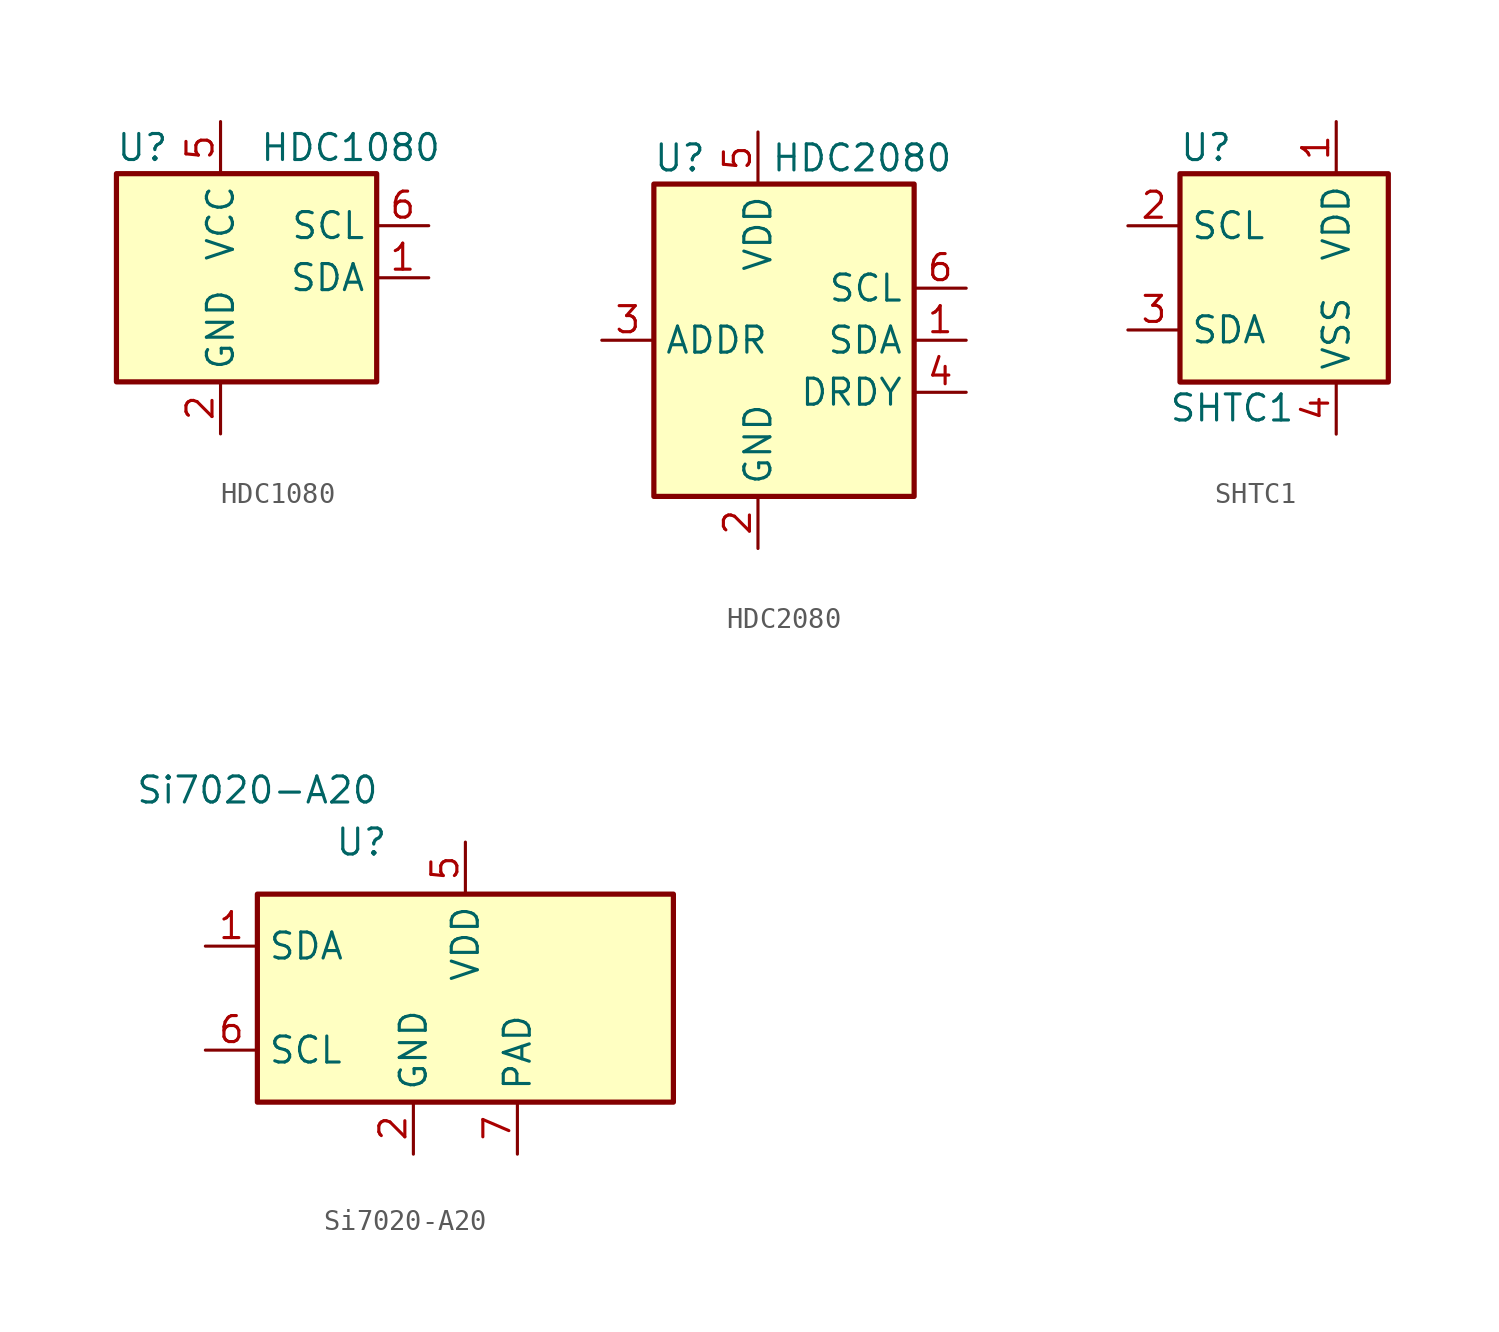
<source format=kicad_sym>
(kicad_symbol_lib
  (version 20200908)
  (generator kicad_symbol_editor)
  (symbol "Sensor_Humidity:HDC1080"
    (property "Reference" "U"
      (at -6.35 6.35 0)
      (effects (font (size 1.27 1.27))))
    (property "Value" "HDC1080"
      (at 3.81 6.35 0)
      (effects (font (size 1.27 1.27))))
    (symbol "HDC1080_0_1"
      (rectangle (start -7.62 5.08) (end 5.08 -5.08) (stroke (width 0.254)) (fill (type background))))
    (symbol "HDC1080_1_1"
      (pin bidirectional line (at 7.62 0 180) (length 2.54) (name "SDA" (effects (font (size 1.27 1.27)))) (number "1" (effects (font (size 1.27 1.27)))))
      (pin power_in line (at -2.54 -7.62 90) (length 2.54) (name "GND" (effects (font (size 1.27 1.27)))) (number "2" (effects (font (size 1.27 1.27)))))
      (pin unconnected line (at -7.62 0 0) (length 2.54) hide (name "NC" (effects (font (size 1.27 1.27)))) (number "3" (effects (font (size 1.27 1.27)))))
      (pin unconnected line (at -7.62 -2.54 0) (length 2.54) hide (name "NC" (effects (font (size 1.27 1.27)))) (number "4" (effects (font (size 1.27 1.27)))))
      (pin power_in line (at -2.54 7.62 270) (length 2.54) (name "VCC" (effects (font (size 1.27 1.27)))) (number "5" (effects (font (size 1.27 1.27)))))
      (pin input line (at 7.62 2.54 180) (length 2.54) (name "SCL" (effects (font (size 1.27 1.27)))) (number "6" (effects (font (size 1.27 1.27)))))
      (pin unconnected line (at -7.62 2.54 0) (length 2.54) hide (name "DAP" (effects (font (size 1.27 1.27)))) (number "7" (effects (font (size 1.27 1.27)))))))
  (symbol "Sensor_Humidity:HDC2080"
    (property "Reference" "U"
      (at -6.35 8.89 0)
      (effects (font (size 1.27 1.27))))
    (property "Value" "HDC2080"
      (at 2.54 8.89 0)
      (effects (font (size 1.27 1.27))))
    (symbol "HDC2080_0_1"
      (rectangle (start -7.62 7.62) (end 5.08 -7.62) (stroke (width 0.254)) (fill (type background))))
    (symbol "HDC2080_1_1"
      (pin bidirectional line (at 7.62 0 180) (length 2.54) (name "SDA" (effects (font (size 1.27 1.27)))) (number "1" (effects (font (size 1.27 1.27)))))
      (pin power_in line (at -2.54 -10.16 90) (length 2.54) (name "GND" (effects (font (size 1.27 1.27)))) (number "2" (effects (font (size 1.27 1.27)))))
      (pin input line (at -10.16 0 0) (length 2.54) (name "ADDR" (effects (font (size 1.27 1.27)))) (number "3" (effects (font (size 1.27 1.27)))))
      (pin output line (at 7.62 -2.54 180) (length 2.54) (name "DRDY" (effects (font (size 1.27 1.27)))) (number "4" (effects (font (size 1.27 1.27)))))
      (pin power_in line (at -2.54 10.16 270) (length 2.54) (name "VDD" (effects (font (size 1.27 1.27)))) (number "5" (effects (font (size 1.27 1.27)))))
      (pin input line (at 7.62 2.54 180) (length 2.54) (name "SCL" (effects (font (size 1.27 1.27)))) (number "6" (effects (font (size 1.27 1.27)))))
      (pin unconnected line (at -10.16 -2.54 0) (length 2.54) hide (name "PAD" (effects (font (size 1.27 1.27)))) (number "7" (effects (font (size 1.27 1.27)))))))
  (symbol "Sensor_Humidity:SHTC1"
    (property "Reference" "U"
      (at -3.81 6.35 0)
      (effects (font (size 1.27 1.27))))
    (property "Value" "SHTC1"
      (at -2.54 -6.35 0)
      (effects (font (size 1.27 1.27))))
    (symbol "SHTC1_1_1"
      (rectangle (start -5.08 5.08) (end 5.08 -5.08) (stroke (width 0.254)) (fill (type background)))
      (pin power_in line (at 2.54 7.62 270) (length 2.54) (name "VDD" (effects (font (size 1.27 1.27)))) (number "1" (effects (font (size 1.27 1.27)))))
      (pin input line (at -7.62 2.54 0) (length 2.54) (name "SCL" (effects (font (size 1.27 1.27)))) (number "2" (effects (font (size 1.27 1.27)))))
      (pin bidirectional line (at -7.62 -2.54 0) (length 2.54) (name "SDA" (effects (font (size 1.27 1.27)))) (number "3" (effects (font (size 1.27 1.27)))))
      (pin power_in line (at 2.54 -7.62 90) (length 2.54) (name "VSS" (effects (font (size 1.27 1.27)))) (number "4" (effects (font (size 1.27 1.27)))))
      (pin unconnected line (at 5.08 0 180) (length 2.54) hide (name "NC" (effects (font (size 1.27 1.27)))) (number "5" (effects (font (size 1.27 1.27)))))))
  (symbol "Sensor_Humidity:Si7020-A20"
    (property "Reference" "U"
      (at -5.08 7.62 0)
      (effects (font (size 1.27 1.27))))
    (property "Value" "Si7020-A20"
      (at -10.16 10.16 0)
      (effects (font (size 1.27 1.27))))
    (symbol "Si7020-A20_0_1"
      (rectangle (start -10.16 5.08) (end 10.16 -5.08) (stroke (width 0.254)) (fill (type background))))
    (symbol "Si7020-A20_1_1"
      (pin bidirectional line (at -12.7 2.54 0) (length 2.54) (name "SDA" (effects (font (size 1.27 1.27)))) (number "1" (effects (font (size 1.27 1.27)))))
      (pin power_in line (at -2.54 -7.62 90) (length 2.54) (name "GND" (effects (font (size 1.27 1.27)))) (number "2" (effects (font (size 1.27 1.27)))))
      (pin unconnected line (at 10.16 2.54 180) (length 2.54) hide (name "NC" (effects (font (size 1.27 1.27)))) (number "3" (effects (font (size 1.27 1.27)))))
      (pin unconnected line (at 10.16 -2.54 180) (length 2.54) hide (name "NC" (effects (font (size 1.27 1.27)))) (number "4" (effects (font (size 1.27 1.27)))))
      (pin power_in line (at 0 7.62 270) (length 2.54) (name "VDD" (effects (font (size 1.27 1.27)))) (number "5" (effects (font (size 1.27 1.27)))))
      (pin input line (at -12.7 -2.54 0) (length 2.54) (name "SCL" (effects (font (size 1.27 1.27)))) (number "6" (effects (font (size 1.27 1.27)))))
      (pin passive line (at 2.54 -7.62 90) (length 2.54) (name "PAD" (effects (font (size 1.27 1.27)))) (number "7" (effects (font (size 1.27 1.27))))))))
</source>
